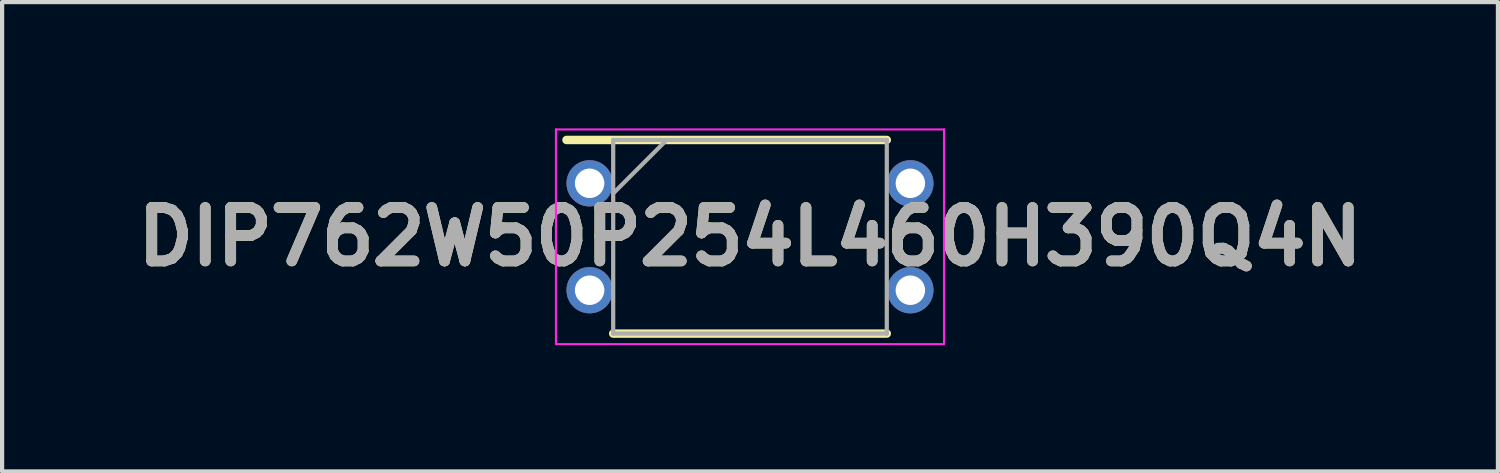
<source format=kicad_pcb>
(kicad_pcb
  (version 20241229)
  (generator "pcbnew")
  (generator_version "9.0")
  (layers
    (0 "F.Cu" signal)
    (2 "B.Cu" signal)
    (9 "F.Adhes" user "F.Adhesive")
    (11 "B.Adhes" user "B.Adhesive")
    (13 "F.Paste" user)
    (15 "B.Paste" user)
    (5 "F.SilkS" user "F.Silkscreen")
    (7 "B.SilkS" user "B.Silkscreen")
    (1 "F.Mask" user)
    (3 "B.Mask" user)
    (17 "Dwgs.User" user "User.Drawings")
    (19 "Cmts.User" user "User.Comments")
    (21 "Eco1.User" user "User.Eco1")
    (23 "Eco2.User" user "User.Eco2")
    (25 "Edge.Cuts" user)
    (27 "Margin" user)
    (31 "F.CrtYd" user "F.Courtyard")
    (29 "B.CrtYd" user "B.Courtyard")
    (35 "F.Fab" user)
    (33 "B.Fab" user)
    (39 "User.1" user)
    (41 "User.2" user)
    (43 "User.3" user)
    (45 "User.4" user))
  (footprint "DIP762W50P254L460H390Q4N"
    (layer "F.Cu")
    (at 14.768 2.575)
    (property "Reference" "DIP762W50P254L460H390Q4N" (at 0 0 0) (layer "F.SilkS") (effects (font (size 1.27 1.27) (thickness 0.254))))
    (attr through_hole)
    (fp_line (start -4.36 -2.3) (end 3.25 -2.3) (stroke (width 0.2) (type solid)) (layer "F.SilkS"))
    (fp_line (start -3.25 2.3) (end 3.25 2.3) (stroke (width 0.2) (type solid)) (layer "F.SilkS"))
    (fp_line (start -4.61 -2.55) (end 4.61 -2.55) (stroke (width 0.05) (type solid)) (layer "F.CrtYd"))
    (fp_line (start -4.61 2.55) (end -4.61 -2.55) (stroke (width 0.05) (type solid)) (layer "F.CrtYd"))
    (fp_line (start 4.61 -2.55) (end 4.61 2.55) (stroke (width 0.05) (type solid)) (layer "F.CrtYd"))
    (fp_line (start 4.61 2.55) (end -4.61 2.55) (stroke (width 0.05) (type solid)) (layer "F.CrtYd"))
    (fp_line (start -3.25 -2.3) (end 3.25 -2.3) (stroke (width 0.1) (type solid)) (layer "F.Fab"))
    (fp_line (start -3.25 -1.03) (end -1.98 -2.3) (stroke (width 0.1) (type solid)) (layer "F.Fab"))
    (fp_line (start -3.25 2.3) (end -3.25 -2.3) (stroke (width 0.1) (type solid)) (layer "F.Fab"))
    (fp_line (start 3.25 -2.3) (end 3.25 2.3) (stroke (width 0.1) (type solid)) (layer "F.Fab"))
    (fp_line (start 3.25 2.3) (end -3.25 2.3) (stroke (width 0.1) (type solid)) (layer "F.Fab"))
    (fp_text user "${REFERENCE}" (at 0 0 0) (layer "F.Fab") (effects (font (size 1.27 1.27) (thickness 0.254))))
    (pad "1" thru_hole circle (at -3.81 -1.27) (size 1.1 1.1) (drill 0.7) (layers "*.Cu" "*.Mask"))
    (pad "2" thru_hole circle (at -3.81 1.27) (size 1.1 1.1) (drill 0.7) (layers "*.Cu" "*.Mask"))
    (pad "3" thru_hole circle (at 3.81 1.27) (size 1.1 1.1) (drill 0.7) (layers "*.Cu" "*.Mask"))
    (pad "4" thru_hole circle (at 3.81 -1.27) (size 1.1 1.1) (drill 0.7) (layers "*.Cu" "*.Mask")))
  (gr_rect
    (start -3 -3)
    (end 32.537 8.15)
    (stroke (width 0.1) (type default))
    (fill no)
    (layer "Edge.Cuts")))
</source>
